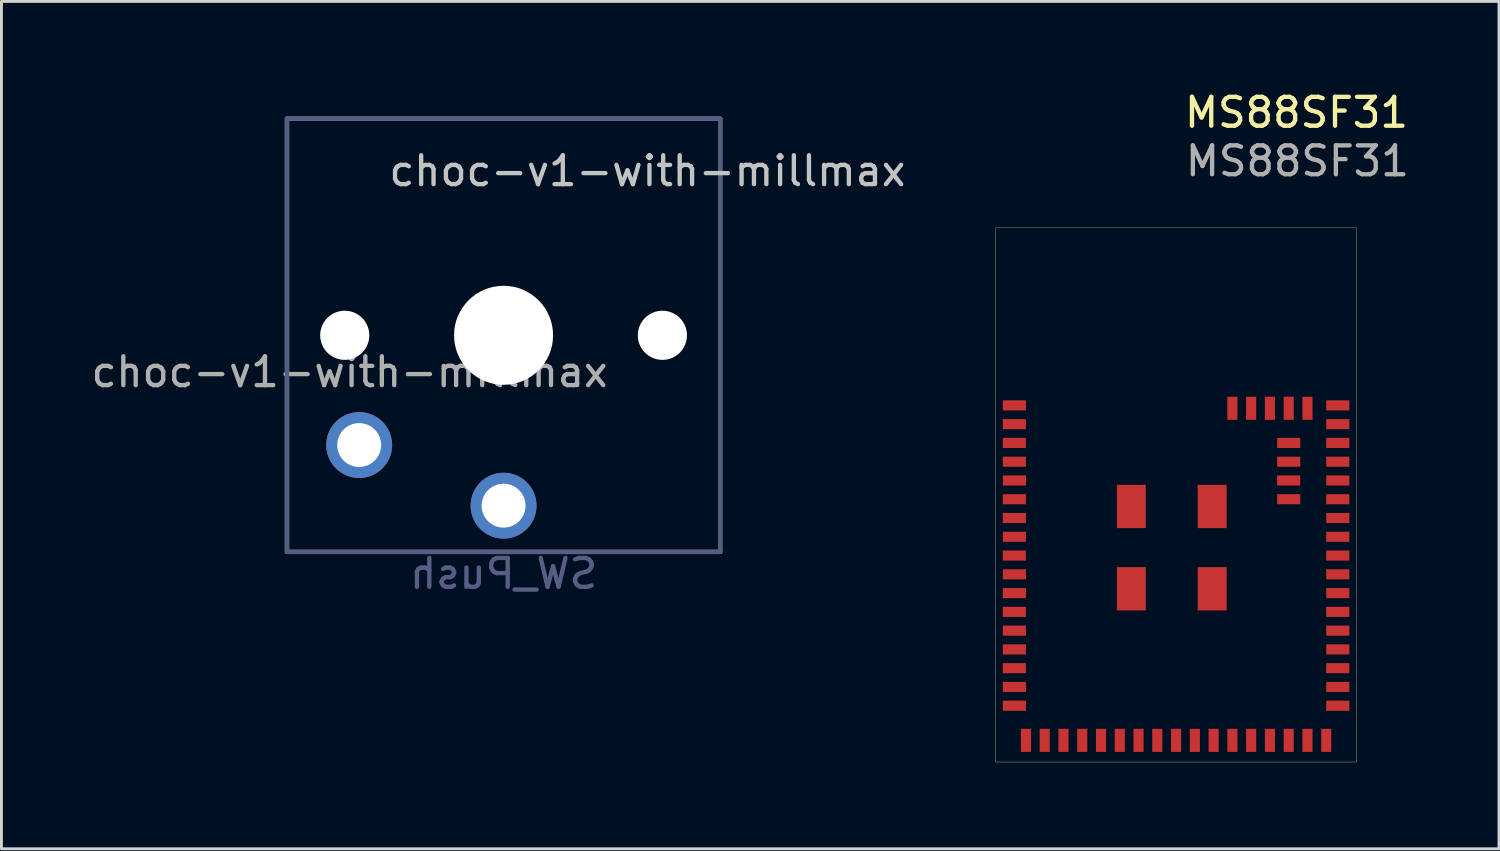
<source format=kicad_pcb>
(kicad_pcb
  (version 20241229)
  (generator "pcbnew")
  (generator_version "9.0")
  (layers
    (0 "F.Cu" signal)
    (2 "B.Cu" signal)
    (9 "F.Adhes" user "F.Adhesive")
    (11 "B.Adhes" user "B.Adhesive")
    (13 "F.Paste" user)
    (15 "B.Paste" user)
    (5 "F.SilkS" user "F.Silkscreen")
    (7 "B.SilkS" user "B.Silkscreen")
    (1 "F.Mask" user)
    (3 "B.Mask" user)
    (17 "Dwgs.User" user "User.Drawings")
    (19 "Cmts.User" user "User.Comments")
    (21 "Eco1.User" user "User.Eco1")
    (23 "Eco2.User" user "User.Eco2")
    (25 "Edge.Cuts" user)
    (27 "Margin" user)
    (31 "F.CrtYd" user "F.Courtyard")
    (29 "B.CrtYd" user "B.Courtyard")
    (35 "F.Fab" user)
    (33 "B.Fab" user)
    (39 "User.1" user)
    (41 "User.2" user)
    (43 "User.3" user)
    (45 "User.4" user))
  (footprint "MS88SF31"
    (layer "F.Cu")
    (at 37.896 14.088)
    (property "Reference" "MS88SF31" (at 3.95 -13.24 0) (unlocked yes) (layer "F.SilkS") (effects (font (size 1 1) (thickness 0.15))))
    (attr smd)
    (fp_rect (start 6.03 9.25) (end -6.47 -9.25) (stroke (width 0.01) (type solid)) (fill no) (layer "F.SilkS"))
    (fp_text user "${REFERENCE}" (at 3.98 -11.56 0) (unlocked yes) (layer "F.Fab") (effects (font (size 1 1) (thickness 0.15))))
    (pad "A8" smd rect (at -5.82 4.7) (size 0.8 0.35) (layers "F.Cu" "F.Mask" "F.Paste"))
    (pad "A10" smd rect (at -5.82 2.75) (size 0.8 0.35) (layers "F.Cu" "F.Mask" "F.Paste"))
    (pad "A12" smd rect (at -5.82 2.1) (size 0.8 0.35) (layers "F.Cu" "F.Mask" "F.Paste"))
    (pad "A14" smd rect (at -5.82 1.45) (size 0.8 0.35) (layers "F.Cu" "F.Mask" "F.Paste"))
    (pad "A16" smd rect (at -5.82 0.8) (size 0.8 0.35) (layers "F.Cu" "F.Mask" "F.Paste"))
    (pad "A20" smd rect (at -5.82 -1.15) (size 0.8 0.35) (layers "F.Cu" "F.Mask" "F.Paste"))
    (pad "AA24" smd rect (at 5.38 -2.45) (size 0.8 0.35) (layers "F.Cu" "F.Mask" "F.Paste"))
    (pad "AB2" smd rect (at 4.33 8.5 90) (size 0.8 0.35) (layers "F.Cu" "F.Mask" "F.Paste"))
    (pad "AC9" smd rect (at 2.38 8.5 90) (size 0.8 0.35) (layers "F.Cu" "F.Mask" "F.Paste"))
    (pad "AC11" smd rect (at 1.73 8.5 90) (size 0.8 0.35) (layers "F.Cu" "F.Mask" "F.Paste"))
    (pad "AC13" smd rect (at 1.08 8.5 90) (size 0.8 0.35) (layers "F.Cu" "F.Mask" "F.Paste"))
    (pad "AC15" smd rect (at 5.38 5.35) (size 0.8 0.35) (layers "F.Cu" "F.Mask" "F.Paste"))
    (pad "AC17" smd rect (at 5.38 2.75) (size 0.8 0.35) (layers "F.Cu" "F.Mask" "F.Paste"))
    (pad "AC19" smd rect (at 5.38 2.1) (size 0.8 0.35) (layers "F.Cu" "F.Mask" "F.Paste"))
    (pad "AC21" smd rect (at 5.38 -1.15) (size 0.8 0.35) (layers "F.Cu" "F.Mask" "F.Paste"))
    (pad "AC24" smd rect (at 5.38 -1.8) (size 0.8 0.35) (layers "F.Cu" "F.Mask" "F.Paste"))
    (pad "AD2" smd rect (at 5.38 7.3) (size 0.8 0.35) (layers "F.Cu" "F.Mask" "F.Paste"))
    (pad "AD4" smd rect (at 5.38 6.65) (size 0.8 0.35) (layers "F.Cu" "F.Paste"))
    (pad "AD6" smd rect (at 5.38 6) (size 0.8 0.35) (layers "F.Cu" "F.Mask" "F.Paste"))
    (pad "AD8" smd rect (at 5.38 4.7) (size 0.8 0.35) (layers "F.Cu" "F.Mask" "F.Paste"))
    (pad "AD10" smd rect (at 5.38 4.05) (size 0.8 0.35) (layers "F.Cu" "F.Mask" "F.Paste"))
    (pad "AD12" smd rect (at 5.38 3.4) (size 0.8 0.35) (layers "F.Cu" "F.Mask" "F.Paste"))
    (pad "AD14" smd rect (at 3.03 8.5 90) (size 0.8 0.35) (layers "F.Cu" "F.Mask" "F.Paste"))
    (pad "AD16" smd rect (at 5.38 1.45) (size 0.8 0.35) (layers "F.Cu" "F.Mask" "F.Paste"))
    (pad "AD18" smd rect (at 5.38 0.8) (size 0.8 0.35) (layers "F.Cu" "F.Mask" "F.Paste"))
    (pad "AD20" smd rect (at 5.38 0.15) (size 0.8 0.35) (layers "F.Cu" "F.Mask" "F.Paste"))
    (pad "AD22" smd rect (at 5.38 -0.5) (size 0.8 0.35) (layers "F.Cu" "F.Mask" "F.Paste"))
    (pad "B7" smd rect (at -5.82 -3.1) (size 0.8 0.35) (layers "F.Cu" "F.Mask" "F.Paste"))
    (pad "B7" smd rect (at -5.42 8.5 90) (size 0.8 0.35) (layers "F.Cu" "F.Mask" "F.Paste"))
    (pad "B7" smd rect (at 4.98 8.5 90) (size 0.8 0.35) (layers "F.Cu" "F.Mask" "F.Paste"))
    (pad "B9" smd rect (at -5.82 4.05) (size 0.8 0.35) (layers "F.Cu" "F.Mask" "F.Paste"))
    (pad "B11" smd rect (at -5.82 3.4) (size 0.8 0.35) (layers "F.Cu" "F.Mask" "F.Paste"))
    (pad "B13" smd rect (at -5.82 0.15) (size 0.8 0.35) (layers "F.Cu" "F.Mask" "F.Paste"))
    (pad "B15" smd rect (at -5.82 -0.5) (size 0.8 0.35) (layers "F.Cu" "F.Mask" "F.Paste"))
    (pad "B17" smd rect (at -5.82 -1.8) (size 0.8 0.35) (layers "F.Cu" "F.Mask" "F.Paste"))
    (pad "B19" smd rect (at -5.82 -2.45) (size 0.8 0.35) (layers "F.Cu" "F.Mask" "F.Paste"))
    (pad "D2" smd rect (at -2.17 8.5 90) (size 0.8 0.35) (layers "F.Cu" "F.Mask" "F.Paste"))
    (pad "EP" smd rect (at -1.77 0.4 90) (size 1.5 1) (layers "F.Cu" "F.Mask" "F.Paste"))
    (pad "EP" smd rect (at -1.77 3.25 90) (size 1.5 1) (layers "F.Cu" "F.Mask" "F.Paste"))
    (pad "EP" smd rect (at 1.03 0.4 90) (size 1.5 1) (layers "F.Cu" "F.Mask" "F.Paste"))
    (pad "EP" smd rect (at 1.03 3.25 90) (size 1.5 1) (layers "F.Cu" "F.Mask" "F.Paste"))
    (pad "F2" smd rect (at -1.52 8.5 90) (size 0.8 0.35) (layers "F.Cu" "F.Mask" "F.Paste"))
    (pad "G1" smd rect (at -5.82 7.3) (size 0.8 0.35) (layers "F.Cu" "F.Mask" "F.Paste"))
    (pad "H2" smd rect (at -5.82 5.35) (size 0.8 0.35) (layers "F.Cu" "F.Mask" "F.Paste"))
    (pad "H23" smd rect (at 5.38 -3.1) (size 0.8 0.35) (layers "F.Cu" "F.Mask" "F.Paste"))
    (pad "J1" smd rect (at -5.82 6.65) (size 0.8 0.35) (layers "F.Cu" "F.Paste"))
    (pad "J24" smd rect (at 1.73 -3 90) (size 0.8 0.35) (layers "F.Cu" "F.Mask" "F.Paste"))
    (pad "K2" smd rect (at -5.82 6) (size 0.8 0.35) (layers "F.Cu" "F.Mask" "F.Paste"))
    (pad "L1" smd rect (at -4.12 8.5 90) (size 0.8 0.35) (layers "F.Cu" "F.Mask" "F.Paste"))
    (pad "L24" smd rect (at 2.38 -3 90) (size 0.8 0.35) (layers "F.Cu" "F.Mask" "F.Paste"))
    (pad "M2" smd rect (at -4.77 8.5 90) (size 0.8 0.35) (layers "F.Cu" "F.Mask" "F.Paste"))
    (pad "N1" smd rect (at -0.87 8.5 90) (size 0.8 0.35) (layers "F.Cu" "F.Mask" "F.Paste"))
    (pad "P2" smd rect (at -3.47 8.5 90) (size 0.8 0.35) (layers "F.Cu" "F.Mask" "F.Paste"))
    (pad "P23" smd rect (at 3.68 -1.8) (size 0.8 0.35) (layers "F.Cu" "F.Mask" "F.Paste"))
    (pad "R1" smd rect (at -0.22 8.5 90) (size 0.8 0.35) (layers "F.Cu" "F.Mask" "F.Paste"))
    (pad "R24" smd rect (at 3.03 -3 90) (size 0.8 0.35) (layers "F.Cu" "F.Mask" "F.Paste"))
    (pad "T2" smd rect (at -2.82 8.5 90) (size 0.8 0.35) (layers "F.Cu" "F.Mask" "F.Paste"))
    (pad "T23" smd rect (at 3.68 -1.15) (size 0.8 0.35) (layers "F.Cu" "F.Mask" "F.Paste"))
    (pad "U1" smd rect (at 0.43 8.5 90) (size 0.8 0.35) (layers "F.Cu" "F.Mask" "F.Paste"))
    (pad "U24" smd rect (at 3.68 -3 90) (size 0.8 0.35) (layers "F.Cu" "F.Mask" "F.Paste"))
    (pad "V23" smd rect (at 3.68 0.15) (size 0.8 0.35) (layers "F.Cu" "F.Mask" "F.Paste"))
    (pad "W24" smd rect (at 4.33 -3 90) (size 0.8 0.35) (layers "F.Cu" "F.Mask" "F.Paste"))
    (pad "Y2" smd rect (at 3.68 8.5 90) (size 0.8 0.35) (layers "F.Cu" "F.Mask" "F.Paste"))
    (pad "Y23" smd rect (at 3.68 -0.5) (size 0.8 0.35) (layers "F.Cu" "F.Mask" "F.Paste")))
  (footprint "choc-v1-with-millmax"
    (layer "F.Cu")
    (at 14.388 8.561)
    (property "Reference" "choc-v1-with-millmax" (at 4.98 -5.69 180) (layer "Dwgs.User") (effects (font (size 1 1) (thickness 0.15))))
    (property "Value" "SW_Push" (at -0.07 8.17 180) (layer "Dwgs.User") (hide yes) (effects (font (size 1 1) (thickness 0.15))))
    (attr through_hole)
    (fp_line (start -9 8.136) (end -8.994 -8.1) (stroke (width 0.12) (type solid)) (layer "Eco1.User"))
    (fp_line (start -8.63 -8.5) (end 8.6 -8.5) (stroke (width 0.12) (type solid)) (layer "Eco1.User"))
    (fp_line (start -8.6 8.5) (end 8.636 8.5) (stroke (width 0.12) (type solid)) (layer "Eco1.User"))
    (fp_line (start 9 8.1) (end 9 -8.136) (stroke (width 0.12) (type solid)) (layer "Eco1.User"))
    (fp_arc (start -8.994011 -8.099594) (mid -8.898745 -8.378652) (end -8.63 -8.5) (stroke (width 0.12) (type solid)) (layer "Eco1.User"))
    (fp_arc (start -8.6 8.49968) (mid -8.879058 8.404414) (end -9.000406 8.135669) (stroke (width 0.12) (type solid)) (layer "Eco1.User"))
    (fp_arc (start 8.599915 -8.5) (mid 8.878973 -8.404734) (end 9.000321 -8.135989) (stroke (width 0.12) (type solid)) (layer "Eco1.User"))
    (fp_arc (start 9 8.1) (mid 8.904734 8.379058) (end 8.635989 8.500406) (stroke (width 0.12) (type solid)) (layer "Eco1.User"))
    (fp_line (start -6.9 6.9) (end -6.9 -6.9) (stroke (width 0.15) (type solid)) (layer "Eco2.User"))
    (fp_line (start -6.9 6.9) (end 6.9 6.9) (stroke (width 0.15) (type solid)) (layer "Eco2.User"))
    (fp_line (start -2.6 -3.1) (end -2.6 -6.3) (stroke (width 0.15) (type solid)) (layer "Eco2.User"))
    (fp_line (start -2.6 -3.1) (end 2.6 -3.1) (stroke (width 0.15) (type solid)) (layer "Eco2.User"))
    (fp_line (start 2.6 -6.3) (end -2.6 -6.3) (stroke (width 0.15) (type solid)) (layer "Eco2.User"))
    (fp_line (start 2.6 -3.1) (end 2.6 -6.3) (stroke (width 0.15) (type solid)) (layer "Eco2.User"))
    (fp_line (start 6.9 -6.9) (end -6.9 -6.9) (stroke (width 0.15) (type solid)) (layer "Eco2.User"))
    (fp_line (start 6.9 -6.9) (end 6.9 6.9) (stroke (width 0.15) (type solid)) (layer "Eco2.User"))
    (fp_line (start -7.5 -7.5) (end 7.5 -7.5) (stroke (width 0.15) (type solid)) (layer "B.Fab"))
    (fp_line (start -7.5 7.5) (end -7.5 -7.5) (stroke (width 0.15) (type solid)) (layer "B.Fab"))
    (fp_line (start 7.5 -7.5) (end 7.5 7.5) (stroke (width 0.15) (type solid)) (layer "B.Fab"))
    (fp_line (start 7.5 7.5) (end -7.5 7.5) (stroke (width 0.15) (type solid)) (layer "B.Fab"))
    (fp_line (start -7.5 -7.5) (end 7.5 -7.5) (stroke (width 0.15) (type solid)) (layer "F.Fab"))
    (fp_line (start -7.5 7.5) (end -7.5 -7.5) (stroke (width 0.15) (type solid)) (layer "F.Fab"))
    (fp_line (start 7.5 -7.5) (end 7.5 7.5) (stroke (width 0.15) (type solid)) (layer "F.Fab"))
    (fp_line (start 7.5 7.5) (end -7.5 7.5) (stroke (width 0.15) (type solid)) (layer "F.Fab"))
    (fp_text user "${VALUE}" (at 0 8.255 0) (layer "B.Fab") (effects (font (size 1 1) (thickness 0.15)) (justify mirror)))
    (fp_text user "${REFERENCE}" (at -5.334 1.27 180) (layer "F.Fab") (effects (font (size 1 1) (thickness 0.15))))
    (pad "" np_thru_hole circle (at -5.5 0) (size 1.702 1.702) (drill 1.702) (layers "*.Cu" "*.Mask"))
    (pad "" np_thru_hole circle (at 0 0) (size 3.429 3.429) (drill 3.429) (layers "*.Cu" "*.Mask"))
    (pad "" np_thru_hole circle (at 5.5 0) (size 1.702 1.702) (drill 1.702) (layers "*.Cu" "*.Mask"))
    (pad "1" thru_hole circle (at 0 5.9) (size 2.282 2.282) (drill 1.52) (layers "*.Cu" "*.Mask"))
    (pad "2" thru_hole circle (at -5 3.8) (size 2.282 2.282) (drill 1.52) (layers "*.Cu" "*.Mask")))
  (gr_rect
    (start -3 -3)
    (end 48.858 26.343)
    (stroke (width 0.1) (type default))
    (fill no)
    (layer "Edge.Cuts")))
</source>
